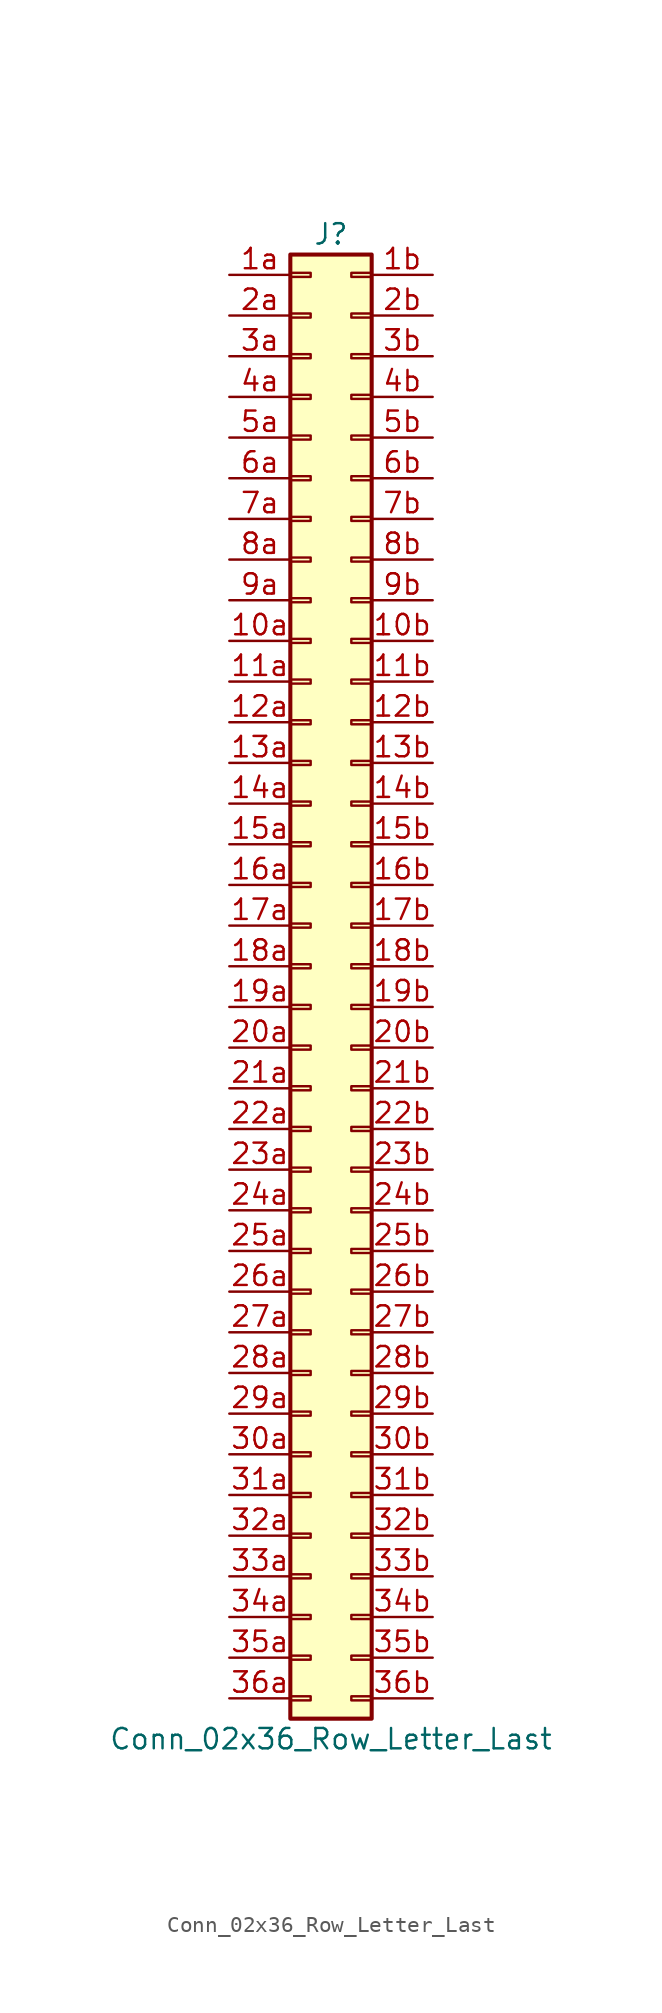
<source format=kicad_sym>
(kicad_symbol_lib
  (version 20201005)
  (generator kicad_symbol_editor)
  (symbol "Connector_Generic:Conn_02x36_Row_Letter_Last"
    (pin_names
      (offset 1.016) hide)
    (property "Reference" "J"
      (at 1.27 45.72 0)
      (effects (font (size 1.27 1.27))))
    (property "Value" "Conn_02x36_Row_Letter_Last"
      (at 1.27 -48.26 0)
      (effects (font (size 1.27 1.27))))
    (symbol "Conn_02x36_Row_Letter_Last_1_1"
      (rectangle (start -1.27 -27.813) (end 0 -28.067) (stroke (width 0.152)) (fill (type none)))
      (rectangle (start -1.27 -30.353) (end 0 -30.607) (stroke (width 0.152)) (fill (type none)))
      (rectangle (start -1.27 -32.893) (end 0 -33.147) (stroke (width 0.152)) (fill (type none)))
      (rectangle (start -1.27 -35.433) (end 0 -35.687) (stroke (width 0.152)) (fill (type none)))
      (rectangle (start -1.27 -37.973) (end 0 -38.227) (stroke (width 0.152)) (fill (type none)))
      (rectangle (start -1.27 -40.513) (end 0 -40.767) (stroke (width 0.152)) (fill (type none)))
      (rectangle (start -1.27 -43.053) (end 0 -43.307) (stroke (width 0.152)) (fill (type none)))
      (rectangle (start -1.27 -45.593) (end 0 -45.847) (stroke (width 0.152)) (fill (type none)))
      (rectangle (start -1.27 -4.953) (end 0 -5.207) (stroke (width 0.152)) (fill (type none)))
      (rectangle (start -1.27 -7.493) (end 0 -7.747) (stroke (width 0.152)) (fill (type none)))
      (rectangle (start -1.27 -10.033) (end 0 -10.287) (stroke (width 0.152)) (fill (type none)))
      (rectangle (start -1.27 -12.573) (end 0 -12.827) (stroke (width 0.152)) (fill (type none)))
      (rectangle (start -1.27 -15.113) (end 0 -15.367) (stroke (width 0.152)) (fill (type none)))
      (rectangle (start -1.27 -17.653) (end 0 -17.907) (stroke (width 0.152)) (fill (type none)))
      (rectangle (start -1.27 -20.193) (end 0 -20.447) (stroke (width 0.152)) (fill (type none)))
      (rectangle (start -1.27 -22.733) (end 0 -22.987) (stroke (width 0.152)) (fill (type none)))
      (rectangle (start -1.27 -2.413) (end 0 -2.667) (stroke (width 0.152)) (fill (type none)))
      (rectangle (start -1.27 -25.273) (end 0 -25.527) (stroke (width 0.152)) (fill (type none)))
      (rectangle (start -1.27 25.527) (end 0 25.273) (stroke (width 0.152)) (fill (type none)))
      (rectangle (start -1.27 2.667) (end 0 2.413) (stroke (width 0.152)) (fill (type none)))
      (rectangle (start -1.27 28.067) (end 0 27.813) (stroke (width 0.152)) (fill (type none)))
      (rectangle (start -1.27 30.607) (end 0 30.353) (stroke (width 0.152)) (fill (type none)))
      (rectangle (start -1.27 33.147) (end 0 32.893) (stroke (width 0.152)) (fill (type none)))
      (rectangle (start -1.27 35.687) (end 0 35.433) (stroke (width 0.152)) (fill (type none)))
      (rectangle (start -1.27 38.227) (end 0 37.973) (stroke (width 0.152)) (fill (type none)))
      (rectangle (start -1.27 40.767) (end 0 40.513) (stroke (width 0.152)) (fill (type none)))
      (rectangle (start -1.27 43.307) (end 0 43.053) (stroke (width 0.152)) (fill (type none)))
      (rectangle (start -1.27 44.45) (end 3.81 -46.99) (stroke (width 0.254)) (fill (type background)))
      (rectangle (start -1.27 5.207) (end 0 4.953) (stroke (width 0.152)) (fill (type none)))
      (rectangle (start -1.27 7.747) (end 0 7.493) (stroke (width 0.152)) (fill (type none)))
      (rectangle (start -1.27 10.287) (end 0 10.033) (stroke (width 0.152)) (fill (type none)))
      (rectangle (start -1.27 0.127) (end 0 -0.127) (stroke (width 0.152)) (fill (type none)))
      (rectangle (start -1.27 12.827) (end 0 12.573) (stroke (width 0.152)) (fill (type none)))
      (rectangle (start -1.27 15.367) (end 0 15.113) (stroke (width 0.152)) (fill (type none)))
      (rectangle (start -1.27 17.907) (end 0 17.653) (stroke (width 0.152)) (fill (type none)))
      (rectangle (start -1.27 20.447) (end 0 20.193) (stroke (width 0.152)) (fill (type none)))
      (rectangle (start -1.27 22.987) (end 0 22.733) (stroke (width 0.152)) (fill (type none)))
      (rectangle (start 3.81 -27.813) (end 2.54 -28.067) (stroke (width 0.152)) (fill (type none)))
      (rectangle (start 3.81 -30.353) (end 2.54 -30.607) (stroke (width 0.152)) (fill (type none)))
      (rectangle (start 3.81 -32.893) (end 2.54 -33.147) (stroke (width 0.152)) (fill (type none)))
      (rectangle (start 3.81 -35.433) (end 2.54 -35.687) (stroke (width 0.152)) (fill (type none)))
      (rectangle (start 3.81 -37.973) (end 2.54 -38.227) (stroke (width 0.152)) (fill (type none)))
      (rectangle (start 3.81 -40.513) (end 2.54 -40.767) (stroke (width 0.152)) (fill (type none)))
      (rectangle (start 3.81 -43.053) (end 2.54 -43.307) (stroke (width 0.152)) (fill (type none)))
      (rectangle (start 3.81 -45.593) (end 2.54 -45.847) (stroke (width 0.152)) (fill (type none)))
      (rectangle (start 3.81 -4.953) (end 2.54 -5.207) (stroke (width 0.152)) (fill (type none)))
      (rectangle (start 3.81 -7.493) (end 2.54 -7.747) (stroke (width 0.152)) (fill (type none)))
      (rectangle (start 3.81 -10.033) (end 2.54 -10.287) (stroke (width 0.152)) (fill (type none)))
      (rectangle (start 3.81 -12.573) (end 2.54 -12.827) (stroke (width 0.152)) (fill (type none)))
      (rectangle (start 3.81 -15.113) (end 2.54 -15.367) (stroke (width 0.152)) (fill (type none)))
      (rectangle (start 3.81 -17.653) (end 2.54 -17.907) (stroke (width 0.152)) (fill (type none)))
      (rectangle (start 3.81 -20.193) (end 2.54 -20.447) (stroke (width 0.152)) (fill (type none)))
      (rectangle (start 3.81 -22.733) (end 2.54 -22.987) (stroke (width 0.152)) (fill (type none)))
      (rectangle (start 3.81 -2.413) (end 2.54 -2.667) (stroke (width 0.152)) (fill (type none)))
      (rectangle (start 3.81 -25.273) (end 2.54 -25.527) (stroke (width 0.152)) (fill (type none)))
      (rectangle (start 3.81 25.527) (end 2.54 25.273) (stroke (width 0.152)) (fill (type none)))
      (rectangle (start 3.81 2.667) (end 2.54 2.413) (stroke (width 0.152)) (fill (type none)))
      (rectangle (start 3.81 28.067) (end 2.54 27.813) (stroke (width 0.152)) (fill (type none)))
      (rectangle (start 3.81 30.607) (end 2.54 30.353) (stroke (width 0.152)) (fill (type none)))
      (rectangle (start 3.81 33.147) (end 2.54 32.893) (stroke (width 0.152)) (fill (type none)))
      (rectangle (start 3.81 35.687) (end 2.54 35.433) (stroke (width 0.152)) (fill (type none)))
      (rectangle (start 3.81 38.227) (end 2.54 37.973) (stroke (width 0.152)) (fill (type none)))
      (rectangle (start 3.81 40.767) (end 2.54 40.513) (stroke (width 0.152)) (fill (type none)))
      (rectangle (start 3.81 43.307) (end 2.54 43.053) (stroke (width 0.152)) (fill (type none)))
      (rectangle (start 3.81 5.207) (end 2.54 4.953) (stroke (width 0.152)) (fill (type none)))
      (rectangle (start 3.81 7.747) (end 2.54 7.493) (stroke (width 0.152)) (fill (type none)))
      (rectangle (start 3.81 10.287) (end 2.54 10.033) (stroke (width 0.152)) (fill (type none)))
      (rectangle (start 3.81 0.127) (end 2.54 -0.127) (stroke (width 0.152)) (fill (type none)))
      (rectangle (start 3.81 12.827) (end 2.54 12.573) (stroke (width 0.152)) (fill (type none)))
      (rectangle (start 3.81 15.367) (end 2.54 15.113) (stroke (width 0.152)) (fill (type none)))
      (rectangle (start 3.81 17.907) (end 2.54 17.653) (stroke (width 0.152)) (fill (type none)))
      (rectangle (start 3.81 20.447) (end 2.54 20.193) (stroke (width 0.152)) (fill (type none)))
      (rectangle (start 3.81 22.987) (end 2.54 22.733) (stroke (width 0.152)) (fill (type none)))
      (pin passive line (at -5.08 20.32 0) (length 3.81) (name "Pin_10a" (effects (font (size 1.27 1.27)))) (number "10a" (effects (font (size 1.27 1.27)))))
      (pin passive line (at 7.62 20.32 180) (length 3.81) (name "Pin_10b" (effects (font (size 1.27 1.27)))) (number "10b" (effects (font (size 1.27 1.27)))))
      (pin passive line (at -5.08 17.78 0) (length 3.81) (name "Pin_11a" (effects (font (size 1.27 1.27)))) (number "11a" (effects (font (size 1.27 1.27)))))
      (pin passive line (at 7.62 17.78 180) (length 3.81) (name "Pin_11b" (effects (font (size 1.27 1.27)))) (number "11b" (effects (font (size 1.27 1.27)))))
      (pin passive line (at -5.08 15.24 0) (length 3.81) (name "Pin_12a" (effects (font (size 1.27 1.27)))) (number "12a" (effects (font (size 1.27 1.27)))))
      (pin passive line (at 7.62 15.24 180) (length 3.81) (name "Pin_12b" (effects (font (size 1.27 1.27)))) (number "12b" (effects (font (size 1.27 1.27)))))
      (pin passive line (at -5.08 12.7 0) (length 3.81) (name "Pin_13a" (effects (font (size 1.27 1.27)))) (number "13a" (effects (font (size 1.27 1.27)))))
      (pin passive line (at 7.62 12.7 180) (length 3.81) (name "Pin_13b" (effects (font (size 1.27 1.27)))) (number "13b" (effects (font (size 1.27 1.27)))))
      (pin passive line (at -5.08 10.16 0) (length 3.81) (name "Pin_14a" (effects (font (size 1.27 1.27)))) (number "14a" (effects (font (size 1.27 1.27)))))
      (pin passive line (at 7.62 10.16 180) (length 3.81) (name "Pin_14b" (effects (font (size 1.27 1.27)))) (number "14b" (effects (font (size 1.27 1.27)))))
      (pin passive line (at -5.08 7.62 0) (length 3.81) (name "Pin_15a" (effects (font (size 1.27 1.27)))) (number "15a" (effects (font (size 1.27 1.27)))))
      (pin passive line (at 7.62 7.62 180) (length 3.81) (name "Pin_15b" (effects (font (size 1.27 1.27)))) (number "15b" (effects (font (size 1.27 1.27)))))
      (pin passive line (at -5.08 5.08 0) (length 3.81) (name "Pin_16a" (effects (font (size 1.27 1.27)))) (number "16a" (effects (font (size 1.27 1.27)))))
      (pin passive line (at 7.62 5.08 180) (length 3.81) (name "Pin_16b" (effects (font (size 1.27 1.27)))) (number "16b" (effects (font (size 1.27 1.27)))))
      (pin passive line (at -5.08 2.54 0) (length 3.81) (name "Pin_17a" (effects (font (size 1.27 1.27)))) (number "17a" (effects (font (size 1.27 1.27)))))
      (pin passive line (at 7.62 2.54 180) (length 3.81) (name "Pin_17b" (effects (font (size 1.27 1.27)))) (number "17b" (effects (font (size 1.27 1.27)))))
      (pin passive line (at -5.08 0 0) (length 3.81) (name "Pin_18a" (effects (font (size 1.27 1.27)))) (number "18a" (effects (font (size 1.27 1.27)))))
      (pin passive line (at 7.62 0 180) (length 3.81) (name "Pin_18b" (effects (font (size 1.27 1.27)))) (number "18b" (effects (font (size 1.27 1.27)))))
      (pin passive line (at -5.08 -2.54 0) (length 3.81) (name "Pin_19a" (effects (font (size 1.27 1.27)))) (number "19a" (effects (font (size 1.27 1.27)))))
      (pin passive line (at 7.62 -2.54 180) (length 3.81) (name "Pin_19b" (effects (font (size 1.27 1.27)))) (number "19b" (effects (font (size 1.27 1.27)))))
      (pin passive line (at -5.08 43.18 0) (length 3.81) (name "Pin_1a" (effects (font (size 1.27 1.27)))) (number "1a" (effects (font (size 1.27 1.27)))))
      (pin passive line (at 7.62 43.18 180) (length 3.81) (name "Pin_1b" (effects (font (size 1.27 1.27)))) (number "1b" (effects (font (size 1.27 1.27)))))
      (pin passive line (at -5.08 -5.08 0) (length 3.81) (name "Pin_20a" (effects (font (size 1.27 1.27)))) (number "20a" (effects (font (size 1.27 1.27)))))
      (pin passive line (at 7.62 -5.08 180) (length 3.81) (name "Pin_20b" (effects (font (size 1.27 1.27)))) (number "20b" (effects (font (size 1.27 1.27)))))
      (pin passive line (at -5.08 -7.62 0) (length 3.81) (name "Pin_21a" (effects (font (size 1.27 1.27)))) (number "21a" (effects (font (size 1.27 1.27)))))
      (pin passive line (at 7.62 -7.62 180) (length 3.81) (name "Pin_21b" (effects (font (size 1.27 1.27)))) (number "21b" (effects (font (size 1.27 1.27)))))
      (pin passive line (at -5.08 -10.16 0) (length 3.81) (name "Pin_22a" (effects (font (size 1.27 1.27)))) (number "22a" (effects (font (size 1.27 1.27)))))
      (pin passive line (at 7.62 -10.16 180) (length 3.81) (name "Pin_22b" (effects (font (size 1.27 1.27)))) (number "22b" (effects (font (size 1.27 1.27)))))
      (pin passive line (at -5.08 -12.7 0) (length 3.81) (name "Pin_23a" (effects (font (size 1.27 1.27)))) (number "23a" (effects (font (size 1.27 1.27)))))
      (pin passive line (at 7.62 -12.7 180) (length 3.81) (name "Pin_23b" (effects (font (size 1.27 1.27)))) (number "23b" (effects (font (size 1.27 1.27)))))
      (pin passive line (at -5.08 -15.24 0) (length 3.81) (name "Pin_24a" (effects (font (size 1.27 1.27)))) (number "24a" (effects (font (size 1.27 1.27)))))
      (pin passive line (at 7.62 -15.24 180) (length 3.81) (name "Pin_24b" (effects (font (size 1.27 1.27)))) (number "24b" (effects (font (size 1.27 1.27)))))
      (pin passive line (at -5.08 -17.78 0) (length 3.81) (name "Pin_25a" (effects (font (size 1.27 1.27)))) (number "25a" (effects (font (size 1.27 1.27)))))
      (pin passive line (at 7.62 -17.78 180) (length 3.81) (name "Pin_25b" (effects (font (size 1.27 1.27)))) (number "25b" (effects (font (size 1.27 1.27)))))
      (pin passive line (at -5.08 -20.32 0) (length 3.81) (name "Pin_26a" (effects (font (size 1.27 1.27)))) (number "26a" (effects (font (size 1.27 1.27)))))
      (pin passive line (at 7.62 -20.32 180) (length 3.81) (name "Pin_26b" (effects (font (size 1.27 1.27)))) (number "26b" (effects (font (size 1.27 1.27)))))
      (pin passive line (at -5.08 -22.86 0) (length 3.81) (name "Pin_27a" (effects (font (size 1.27 1.27)))) (number "27a" (effects (font (size 1.27 1.27)))))
      (pin passive line (at 7.62 -22.86 180) (length 3.81) (name "Pin_27b" (effects (font (size 1.27 1.27)))) (number "27b" (effects (font (size 1.27 1.27)))))
      (pin passive line (at -5.08 -25.4 0) (length 3.81) (name "Pin_28a" (effects (font (size 1.27 1.27)))) (number "28a" (effects (font (size 1.27 1.27)))))
      (pin passive line (at 7.62 -25.4 180) (length 3.81) (name "Pin_28b" (effects (font (size 1.27 1.27)))) (number "28b" (effects (font (size 1.27 1.27)))))
      (pin passive line (at -5.08 -27.94 0) (length 3.81) (name "Pin_29a" (effects (font (size 1.27 1.27)))) (number "29a" (effects (font (size 1.27 1.27)))))
      (pin passive line (at 7.62 -27.94 180) (length 3.81) (name "Pin_29b" (effects (font (size 1.27 1.27)))) (number "29b" (effects (font (size 1.27 1.27)))))
      (pin passive line (at -5.08 40.64 0) (length 3.81) (name "Pin_2a" (effects (font (size 1.27 1.27)))) (number "2a" (effects (font (size 1.27 1.27)))))
      (pin passive line (at 7.62 40.64 180) (length 3.81) (name "Pin_2b" (effects (font (size 1.27 1.27)))) (number "2b" (effects (font (size 1.27 1.27)))))
      (pin passive line (at -5.08 -30.48 0) (length 3.81) (name "Pin_30a" (effects (font (size 1.27 1.27)))) (number "30a" (effects (font (size 1.27 1.27)))))
      (pin passive line (at 7.62 -30.48 180) (length 3.81) (name "Pin_30b" (effects (font (size 1.27 1.27)))) (number "30b" (effects (font (size 1.27 1.27)))))
      (pin passive line (at -5.08 -33.02 0) (length 3.81) (name "Pin_31a" (effects (font (size 1.27 1.27)))) (number "31a" (effects (font (size 1.27 1.27)))))
      (pin passive line (at 7.62 -33.02 180) (length 3.81) (name "Pin_31b" (effects (font (size 1.27 1.27)))) (number "31b" (effects (font (size 1.27 1.27)))))
      (pin passive line (at -5.08 -35.56 0) (length 3.81) (name "Pin_32a" (effects (font (size 1.27 1.27)))) (number "32a" (effects (font (size 1.27 1.27)))))
      (pin passive line (at 7.62 -35.56 180) (length 3.81) (name "Pin_32b" (effects (font (size 1.27 1.27)))) (number "32b" (effects (font (size 1.27 1.27)))))
      (pin passive line (at -5.08 -38.1 0) (length 3.81) (name "Pin_33a" (effects (font (size 1.27 1.27)))) (number "33a" (effects (font (size 1.27 1.27)))))
      (pin passive line (at 7.62 -38.1 180) (length 3.81) (name "Pin_33b" (effects (font (size 1.27 1.27)))) (number "33b" (effects (font (size 1.27 1.27)))))
      (pin passive line (at -5.08 -40.64 0) (length 3.81) (name "Pin_34a" (effects (font (size 1.27 1.27)))) (number "34a" (effects (font (size 1.27 1.27)))))
      (pin passive line (at 7.62 -40.64 180) (length 3.81) (name "Pin_34b" (effects (font (size 1.27 1.27)))) (number "34b" (effects (font (size 1.27 1.27)))))
      (pin passive line (at -5.08 -43.18 0) (length 3.81) (name "Pin_35a" (effects (font (size 1.27 1.27)))) (number "35a" (effects (font (size 1.27 1.27)))))
      (pin passive line (at 7.62 -43.18 180) (length 3.81) (name "Pin_35b" (effects (font (size 1.27 1.27)))) (number "35b" (effects (font (size 1.27 1.27)))))
      (pin passive line (at -5.08 -45.72 0) (length 3.81) (name "Pin_36a" (effects (font (size 1.27 1.27)))) (number "36a" (effects (font (size 1.27 1.27)))))
      (pin passive line (at 7.62 -45.72 180) (length 3.81) (name "Pin_36b" (effects (font (size 1.27 1.27)))) (number "36b" (effects (font (size 1.27 1.27)))))
      (pin passive line (at -5.08 38.1 0) (length 3.81) (name "Pin_3a" (effects (font (size 1.27 1.27)))) (number "3a" (effects (font (size 1.27 1.27)))))
      (pin passive line (at 7.62 38.1 180) (length 3.81) (name "Pin_3b" (effects (font (size 1.27 1.27)))) (number "3b" (effects (font (size 1.27 1.27)))))
      (pin passive line (at -5.08 35.56 0) (length 3.81) (name "Pin_4a" (effects (font (size 1.27 1.27)))) (number "4a" (effects (font (size 1.27 1.27)))))
      (pin passive line (at 7.62 35.56 180) (length 3.81) (name "Pin_4b" (effects (font (size 1.27 1.27)))) (number "4b" (effects (font (size 1.27 1.27)))))
      (pin passive line (at -5.08 33.02 0) (length 3.81) (name "Pin_5a" (effects (font (size 1.27 1.27)))) (number "5a" (effects (font (size 1.27 1.27)))))
      (pin passive line (at 7.62 33.02 180) (length 3.81) (name "Pin_5b" (effects (font (size 1.27 1.27)))) (number "5b" (effects (font (size 1.27 1.27)))))
      (pin passive line (at -5.08 30.48 0) (length 3.81) (name "Pin_6a" (effects (font (size 1.27 1.27)))) (number "6a" (effects (font (size 1.27 1.27)))))
      (pin passive line (at 7.62 30.48 180) (length 3.81) (name "Pin_6b" (effects (font (size 1.27 1.27)))) (number "6b" (effects (font (size 1.27 1.27)))))
      (pin passive line (at -5.08 27.94 0) (length 3.81) (name "Pin_7a" (effects (font (size 1.27 1.27)))) (number "7a" (effects (font (size 1.27 1.27)))))
      (pin passive line (at 7.62 27.94 180) (length 3.81) (name "Pin_7b" (effects (font (size 1.27 1.27)))) (number "7b" (effects (font (size 1.27 1.27)))))
      (pin passive line (at -5.08 25.4 0) (length 3.81) (name "Pin_8a" (effects (font (size 1.27 1.27)))) (number "8a" (effects (font (size 1.27 1.27)))))
      (pin passive line (at 7.62 25.4 180) (length 3.81) (name "Pin_8b" (effects (font (size 1.27 1.27)))) (number "8b" (effects (font (size 1.27 1.27)))))
      (pin passive line (at -5.08 22.86 0) (length 3.81) (name "Pin_9a" (effects (font (size 1.27 1.27)))) (number "9a" (effects (font (size 1.27 1.27)))))
      (pin passive line (at 7.62 22.86 180) (length 3.81) (name "Pin_9b" (effects (font (size 1.27 1.27)))) (number "9b" (effects (font (size 1.27 1.27))))))))
</source>
